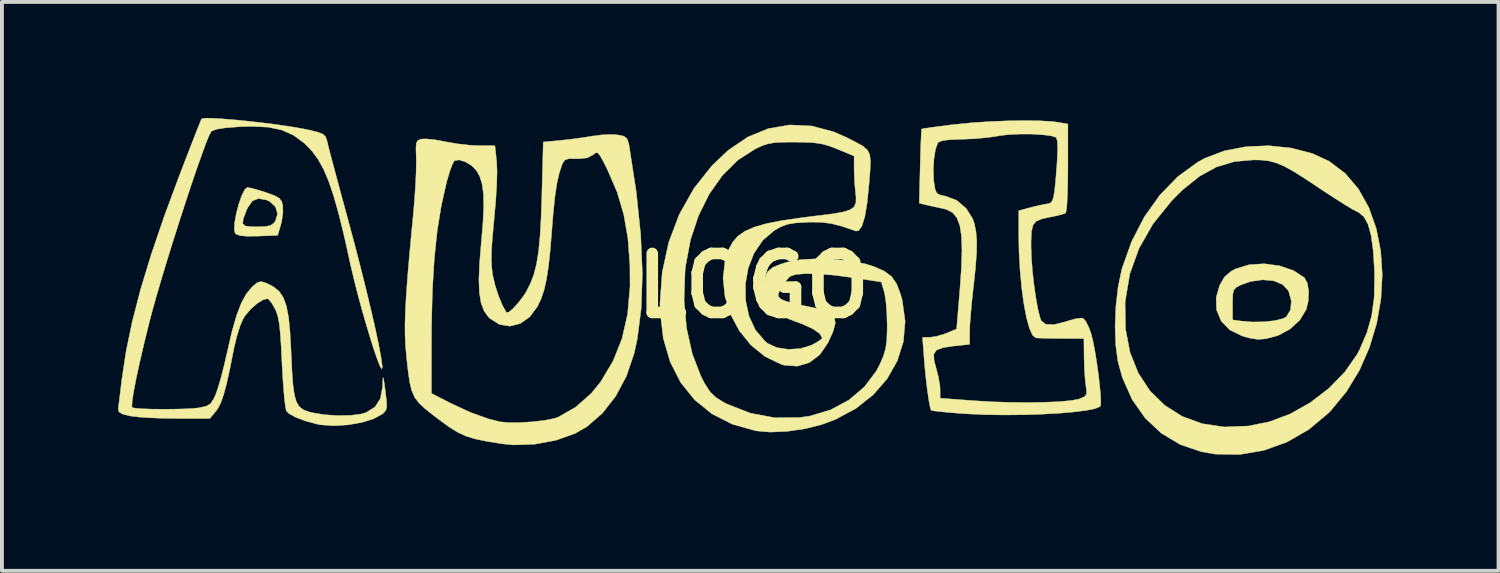
<source format=kicad_pcb>
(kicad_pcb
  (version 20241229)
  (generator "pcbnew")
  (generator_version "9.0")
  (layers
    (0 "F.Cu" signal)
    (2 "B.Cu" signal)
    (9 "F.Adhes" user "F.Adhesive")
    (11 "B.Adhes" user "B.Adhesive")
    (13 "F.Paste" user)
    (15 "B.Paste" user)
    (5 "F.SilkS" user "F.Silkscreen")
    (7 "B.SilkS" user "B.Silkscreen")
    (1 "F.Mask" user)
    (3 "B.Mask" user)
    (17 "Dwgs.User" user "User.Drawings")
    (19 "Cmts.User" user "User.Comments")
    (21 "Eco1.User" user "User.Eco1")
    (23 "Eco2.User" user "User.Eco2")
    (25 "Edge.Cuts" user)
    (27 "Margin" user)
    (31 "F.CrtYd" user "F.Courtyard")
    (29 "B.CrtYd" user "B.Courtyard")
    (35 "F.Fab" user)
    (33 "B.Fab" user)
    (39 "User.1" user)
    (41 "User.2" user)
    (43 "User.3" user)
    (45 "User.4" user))
  (footprint "LOGO"
    (layer "F.Cu")
    (at 16.417 4.334)
    (property "Reference" "LOGO" (at 0 0 0) (layer "F.SilkS") (effects (font (size 1.524 1.524) (thickness 0.3))))
    (attr through_hole)
    (fp_poly (pts (xy -12.969 -2.521) (xy -12.782 -2.47) (xy -12.587 -2.408) (xy -12.372 -2.329) (xy -12.249 -2.26) (xy -12.187 -2.178) (xy -12.16 -2.074) (xy -12.156 -1.887) (xy -12.189 -1.66) (xy -12.208 -1.587) (xy -12.292 -1.302) (xy -12.804 -1.283) (xy -13.087 -1.28) (xy -13.267 -1.297) (xy -13.369 -1.336) (xy -13.391 -1.356) (xy -13.415 -1.461) (xy -13.405 -1.604) (xy -13.195 -1.604) (xy -13.126 -1.544) (xy -12.957 -1.525) (xy -12.828 -1.524) (xy -12.607 -1.531) (xy -12.474 -1.559) (xy -12.39 -1.621) (xy -12.35 -1.675) (xy -12.295 -1.859) (xy -12.348 -2.038) (xy -12.497 -2.178) (xy -12.577 -2.215) (xy -12.788 -2.254) (xy -12.944 -2.192) (xy -13.066 -2.018) (xy -13.098 -1.949) (xy -13.181 -1.731) (xy -13.195 -1.604) (xy -13.405 -1.604) (xy -13.402 -1.643) (xy -13.36 -1.869) (xy -13.299 -2.105) (xy -13.226 -2.317) (xy -13.151 -2.473) (xy -13.083 -2.54) (xy -13.078 -2.54) (xy -12.969 -2.521)) (stroke (width 0.01) (type solid)) (fill yes) (layer "F.SilkS"))
    (fp_poly (pts (xy 13.595 -0.517) (xy 13.958 -0.392) (xy 14.239 -0.209) (xy 14.316 -0.067) (xy 14.35 0.15) (xy 14.338 0.398) (xy 14.284 0.615) (xy 14.123 0.884) (xy 13.872 1.116) (xy 13.57 1.28) (xy 13.5 1.303) (xy 13.241 1.37) (xy 13.036 1.386) (xy 12.821 1.352) (xy 12.635 1.299) (xy 12.314 1.144) (xy 12.09 0.914) (xy 11.969 0.627) (xy 11.964 0.479) (xy 12.383 0.479) (xy 12.383 0.881) (xy 12.589 0.91) (xy 12.903 0.936) (xy 13.214 0.931) (xy 13.49 0.899) (xy 13.696 0.844) (xy 13.775 0.798) (xy 13.88 0.624) (xy 13.901 0.394) (xy 13.835 0.15) (xy 13.825 0.127) (xy 13.677 -0.032) (xy 13.447 -0.127) (xy 13.161 -0.154) (xy 12.848 -0.11) (xy 12.589 -0.018) (xy 12.477 0.041) (xy 12.415 0.109) (xy 12.389 0.223) (xy 12.383 0.42) (xy 12.383 0.479) (xy 11.964 0.479) (xy 11.959 0.3) (xy 12.05 -0.013) (xy 12.175 -0.229) (xy 12.346 -0.375) (xy 12.458 -0.435) (xy 12.806 -0.543) (xy 13.198 -0.569) (xy 13.595 -0.517)) (stroke (width 0.01) (type solid)) (fill yes) (layer "F.SilkS"))
    (fp_poly (pts (xy 13.9 -3.559) (xy 14.443 -3.418) (xy 14.876 -3.219) (xy 15.294 -2.903) (xy 15.636 -2.5) (xy 15.903 -2.023) (xy 16.094 -1.486) (xy 16.21 -0.905) (xy 16.251 -0.292) (xy 16.217 0.337) (xy 16.108 0.968) (xy 15.923 1.587) (xy 15.663 2.181) (xy 15.328 2.733) (xy 14.919 3.231) (xy 14.861 3.289) (xy 14.355 3.713) (xy 13.792 4.037) (xy 13.189 4.255) (xy 12.565 4.361) (xy 11.936 4.351) (xy 11.582 4.291) (xy 11.028 4.103) (xy 10.539 3.809) (xy 10.123 3.418) (xy 9.786 2.937) (xy 9.536 2.376) (xy 9.42 1.955) (xy 9.364 1.539) (xy 9.347 1.05) (xy 9.368 0.53) (xy 9.377 0.453) (xy 9.606 0.453) (xy 9.617 1.118) (xy 9.733 1.721) (xy 9.946 2.255) (xy 10.247 2.714) (xy 10.629 3.089) (xy 11.082 3.375) (xy 11.599 3.564) (xy 12.171 3.649) (xy 12.789 3.624) (xy 13.335 3.513) (xy 13.873 3.312) (xy 14.394 3.017) (xy 14.873 2.649) (xy 15.284 2.227) (xy 15.6 1.774) (xy 15.668 1.647) (xy 15.855 1.208) (xy 15.977 0.775) (xy 16.041 0.311) (xy 16.053 -0.223) (xy 16.048 -0.413) (xy 16.016 -0.915) (xy 15.962 -1.303) (xy 15.883 -1.589) (xy 15.777 -1.783) (xy 15.638 -1.897) (xy 15.612 -1.909) (xy 15.488 -1.973) (xy 15.285 -2.095) (xy 15.027 -2.258) (xy 14.739 -2.446) (xy 14.634 -2.516) (xy 14.254 -2.769) (xy 13.954 -2.957) (xy 13.713 -3.09) (xy 13.509 -3.176) (xy 13.319 -3.226) (xy 13.123 -3.248) (xy 12.922 -3.252) (xy 12.427 -3.208) (xy 11.969 -3.07) (xy 11.53 -2.83) (xy 11.094 -2.48) (xy 10.811 -2.198) (xy 10.328 -1.6) (xy 9.967 -0.97) (xy 9.728 -0.307) (xy 9.611 0.39) (xy 9.606 0.453) (xy 9.377 0.453) (xy 9.426 0.026) (xy 9.518 -0.417) (xy 9.525 -0.445) (xy 9.775 -1.145) (xy 10.106 -1.785) (xy 10.509 -2.349) (xy 10.972 -2.824) (xy 11.485 -3.196) (xy 11.666 -3.295) (xy 12.171 -3.487) (xy 12.733 -3.595) (xy 13.32 -3.619) (xy 13.9 -3.559)) (stroke (width 0.01) (type solid)) (fill yes) (layer "F.SilkS"))
    (fp_poly (pts (xy -3.516 -3.9) (xy -3.346 -3.865) (xy -3.262 -3.801) (xy -3.22 -3.671) (xy -3.212 -3.629) (xy -3.025 -2.419) (xy -2.911 -1.314) (xy -2.868 -0.312) (xy -2.898 0.585) (xy -3 1.379) (xy -3.08 1.746) (xy -3.279 2.333) (xy -3.557 2.854) (xy -3.902 3.296) (xy -4.303 3.642) (xy -4.604 3.815) (xy -5.1 3.993) (xy -5.651 4.095) (xy -6.203 4.113) (xy -6.477 4.086) (xy -6.876 4.023) (xy -7.183 3.96) (xy -7.43 3.884) (xy -7.652 3.781) (xy -7.88 3.637) (xy -8.149 3.439) (xy -8.271 3.346) (xy -8.484 3.176) (xy -8.64 3.031) (xy -8.75 2.886) (xy -8.797 2.78) (xy -8.319 2.78) (xy -7.826 3.033) (xy -7.317 3.27) (xy -6.842 3.441) (xy -6.54 3.516) (xy -6.319 3.537) (xy -6.026 3.535) (xy -5.705 3.515) (xy -5.4 3.479) (xy -5.152 3.43) (xy -5.048 3.397) (xy -4.594 3.138) (xy -4.185 2.777) (xy -3.943 2.478) (xy -3.623 1.941) (xy -3.393 1.362) (xy -3.249 0.726) (xy -3.187 0.016) (xy -3.19 -0.535) (xy -3.243 -1.233) (xy -3.351 -1.85) (xy -3.521 -2.421) (xy -3.758 -2.971) (xy -3.88 -3.217) (xy -3.963 -3.365) (xy -4.022 -3.433) (xy -4.072 -3.437) (xy -4.131 -3.394) (xy -4.142 -3.384) (xy -4.292 -3.304) (xy -4.518 -3.282) (xy -4.572 -3.283) (xy -4.76 -3.284) (xy -4.864 -3.254) (xy -4.924 -3.174) (xy -4.945 -3.125) (xy -5.017 -2.906) (xy -5.078 -2.637) (xy -5.129 -2.296) (xy -5.173 -1.865) (xy -5.206 -1.453) (xy -5.249 -0.921) (xy -5.295 -0.496) (xy -5.347 -0.158) (xy -5.409 0.113) (xy -5.485 0.338) (xy -5.578 0.534) (xy -5.78 0.806) (xy -6.024 0.977) (xy -6.291 1.044) (xy -6.559 1.002) (xy -6.806 0.846) (xy -6.85 0.802) (xy -6.96 0.648) (xy -7.036 0.446) (xy -7.079 0.182) (xy -7.092 -0.161) (xy -7.074 -0.597) (xy -7.031 -1.119) (xy -6.987 -1.638) (xy -6.968 -2.05) (xy -6.975 -2.374) (xy -7.009 -2.627) (xy -7.072 -2.828) (xy -7.149 -2.969) (xy -7.275 -3.1) (xy -7.44 -3.201) (xy -7.603 -3.252) (xy -7.721 -3.233) (xy -7.725 -3.231) (xy -7.775 -3.143) (xy -7.841 -2.967) (xy -7.911 -2.736) (xy -7.926 -2.68) (xy -8.062 -2.08) (xy -8.168 -1.427) (xy -8.244 -0.706) (xy -8.293 0.101) (xy -8.316 1.009) (xy -8.318 1.438) (xy -8.319 2.78) (xy -8.797 2.78) (xy -8.827 2.714) (xy -8.881 2.49) (xy -8.924 2.189) (xy -8.965 1.815) (xy -8.987 1.562) (xy -9 1.297) (xy -9.002 1.006) (xy -8.993 0.673) (xy -8.972 0.283) (xy -8.939 -0.178) (xy -8.893 -0.726) (xy -8.833 -1.377) (xy -8.791 -1.81) (xy -8.757 -2.199) (xy -8.731 -2.586) (xy -8.715 -2.933) (xy -8.71 -3.206) (xy -8.711 -3.289) (xy -8.719 -3.528) (xy -8.712 -3.67) (xy -8.681 -3.744) (xy -8.62 -3.779) (xy -8.582 -3.79) (xy -8.449 -3.795) (xy -8.236 -3.773) (xy -7.987 -3.729) (xy -7.961 -3.723) (xy -7.657 -3.669) (xy -7.332 -3.632) (xy -7.083 -3.62) (xy -6.678 -3.619) (xy -6.634 -3.21) (xy -6.623 -2.958) (xy -6.632 -2.603) (xy -6.659 -2.169) (xy -6.698 -1.732) (xy -6.738 -1.3) (xy -6.763 -0.968) (xy -6.771 -0.71) (xy -6.763 -0.501) (xy -6.741 -0.313) (xy -6.731 -0.255) (xy -6.67 0.002) (xy -6.582 0.27) (xy -6.484 0.507) (xy -6.391 0.672) (xy -6.374 0.693) (xy -6.313 0.678) (xy -6.204 0.584) (xy -6.073 0.439) (xy -5.944 0.271) (xy -5.872 0.159) (xy -5.761 -0.058) (xy -5.672 -0.292) (xy -5.603 -0.563) (xy -5.55 -0.889) (xy -5.512 -1.289) (xy -5.484 -1.78) (xy -5.466 -2.318) (xy -5.429 -3.715) (xy -4.985 -3.756) (xy -4.684 -3.79) (xy -4.365 -3.834) (xy -4.159 -3.868) (xy -3.901 -3.9) (xy -3.646 -3.909) (xy -3.516 -3.9)) (stroke (width 0.01) (type solid)) (fill yes) (layer "F.SilkS"))
    (fp_poly (pts (xy 7.395 -4.263) (xy 7.716 -4.244) (xy 7.858 -4.226) (xy 8.128 -4.18) (xy 8.128 -3.046) (xy 8.125 -2.679) (xy 8.116 -2.358) (xy 8.103 -2.103) (xy 8.086 -1.935) (xy 8.069 -1.876) (xy 7.978 -1.845) (xy 7.806 -1.803) (xy 7.679 -1.777) (xy 7.456 -1.729) (xy 7.311 -1.668) (xy 7.227 -1.569) (xy 7.188 -1.406) (xy 7.176 -1.154) (xy 7.176 -1) (xy 7.186 -0.706) (xy 7.213 -0.366) (xy 7.253 -0.012) (xy 7.302 0.326) (xy 7.356 0.617) (xy 7.41 0.829) (xy 7.439 0.905) (xy 7.556 0.996) (xy 7.766 1.004) (xy 8.071 0.928) (xy 8.124 0.91) (xy 8.317 0.855) (xy 8.471 0.834) (xy 8.519 0.84) (xy 8.589 0.917) (xy 8.67 1.078) (xy 8.724 1.225) (xy 8.772 1.414) (xy 8.822 1.67) (xy 8.871 1.967) (xy 8.914 2.277) (xy 8.949 2.574) (xy 8.972 2.83) (xy 8.98 3.019) (xy 8.969 3.114) (xy 8.966 3.118) (xy 8.841 3.172) (xy 8.609 3.22) (xy 8.287 3.261) (xy 7.894 3.295) (xy 7.45 3.319) (xy 6.973 3.334) (xy 6.482 3.339) (xy 5.996 3.331) (xy 5.533 3.311) (xy 5.374 3.301) (xy 5.079 3.277) (xy 4.834 3.254) (xy 4.663 3.233) (xy 4.594 3.219) (xy 4.567 3.136) (xy 4.533 2.953) (xy 4.496 2.695) (xy 4.459 2.387) (xy 4.426 2.056) (xy 4.413 1.889) (xy 4.37 1.333) (xy 4.55 1.333) (xy 4.723 1.309) (xy 4.934 1.247) (xy 4.991 1.225) (xy 5.252 1.117) (xy 5.334 0.129) (xy 5.375 -0.45) (xy 5.39 -0.916) (xy 5.378 -1.281) (xy 5.335 -1.557) (xy 5.259 -1.756) (xy 5.149 -1.889) (xy 5.001 -1.968) (xy 4.921 -1.99) (xy 4.702 -2.037) (xy 4.498 -2.082) (xy 4.477 -2.088) (xy 4.286 -2.133) (xy 4.308 -3.001) (xy 4.65 -3.001) (xy 4.66 -2.73) (xy 4.667 -2.672) (xy 4.698 -2.485) (xy 4.745 -2.387) (xy 4.841 -2.34) (xy 4.973 -2.314) (xy 5.254 -2.207) (xy 5.497 -2.002) (xy 5.668 -1.73) (xy 5.708 -1.616) (xy 5.751 -1.41) (xy 5.772 -1.169) (xy 5.769 -0.871) (xy 5.743 -0.495) (xy 5.693 -0.02) (xy 5.683 0.064) (xy 5.646 0.403) (xy 5.616 0.731) (xy 5.595 1.008) (xy 5.589 1.186) (xy 5.588 1.514) (xy 5.177 1.558) (xy 4.9 1.599) (xy 4.733 1.663) (xy 4.662 1.77) (xy 4.671 1.939) (xy 4.72 2.12) (xy 4.782 2.357) (xy 4.82 2.585) (xy 4.826 2.681) (xy 4.826 2.905) (xy 5.699 2.97) (xy 6.159 2.998) (xy 6.631 3.013) (xy 7.094 3.018) (xy 7.525 3.011) (xy 7.902 2.994) (xy 8.202 2.967) (xy 8.403 2.931) (xy 8.431 2.921) (xy 8.567 2.86) (xy 8.614 2.783) (xy 8.601 2.639) (xy 8.596 2.613) (xy 8.574 2.435) (xy 8.556 2.182) (xy 8.547 1.905) (xy 8.546 1.873) (xy 8.541 1.365) (xy 7.969 1.362) (xy 7.702 1.359) (xy 7.476 1.355) (xy 7.326 1.349) (xy 7.295 1.346) (xy 7.212 1.275) (xy 7.132 1.094) (xy 7.057 0.82) (xy 6.99 0.469) (xy 6.934 0.059) (xy 6.892 -0.395) (xy 6.865 -0.874) (xy 6.858 -1.285) (xy 6.858 -1.94) (xy 7.16 -2.022) (xy 7.368 -2.073) (xy 7.545 -2.109) (xy 7.599 -2.116) (xy 7.664 -2.131) (xy 7.713 -2.177) (xy 7.751 -2.271) (xy 7.781 -2.432) (xy 7.808 -2.677) (xy 7.835 -3.024) (xy 7.847 -3.182) (xy 7.863 -3.52) (xy 7.856 -3.735) (xy 7.826 -3.832) (xy 7.822 -3.835) (xy 7.69 -3.875) (xy 7.466 -3.903) (xy 7.187 -3.919) (xy 6.886 -3.92) (xy 6.599 -3.907) (xy 6.361 -3.878) (xy 6.338 -3.873) (xy 6.076 -3.833) (xy 5.751 -3.802) (xy 5.426 -3.786) (xy 5.379 -3.785) (xy 5.082 -3.775) (xy 4.892 -3.752) (xy 4.789 -3.712) (xy 4.764 -3.686) (xy 4.706 -3.524) (xy 4.667 -3.28) (xy 4.65 -3.001) (xy 4.308 -3.001) (xy 4.31 -3.082) (xy 4.319 -3.415) (xy 4.328 -3.699) (xy 4.338 -3.913) (xy 4.346 -4.032) (xy 4.349 -4.05) (xy 4.414 -4.064) (xy 4.581 -4.089) (xy 4.827 -4.122) (xy 5.126 -4.16) (xy 5.183 -4.166) (xy 5.609 -4.209) (xy 6.072 -4.241) (xy 6.544 -4.261) (xy 6.995 -4.268) (xy 7.395 -4.263)) (stroke (width 0.01) (type solid)) (fill yes) (layer "F.SilkS"))
    (fp_poly (pts (xy 1.508 -4.129) (xy 2.077 -3.978) (xy 2.402 -3.835) (xy 2.658 -3.705) (xy 2.836 -3.605) (xy 2.949 -3.507) (xy 3.008 -3.386) (xy 3.026 -3.217) (xy 3.016 -2.974) (xy 2.989 -2.631) (xy 2.987 -2.611) (xy 2.94 -2.141) (xy 2.879 -1.783) (xy 2.805 -1.543) (xy 2.719 -1.423) (xy 2.647 -1.414) (xy 2.295 -1.535) (xy 2.01 -1.608) (xy 1.743 -1.642) (xy 1.446 -1.644) (xy 1.372 -1.641) (xy 1.088 -1.623) (xy 0.884 -1.589) (xy 0.716 -1.527) (xy 0.541 -1.429) (xy 0.242 -1.173) (xy 0.016 -0.84) (xy -0.133 -0.455) (xy -0.206 -0.04) (xy -0.2 0.381) (xy -0.114 0.782) (xy 0.053 1.142) (xy 0.303 1.436) (xy 0.369 1.489) (xy 0.603 1.598) (xy 0.9 1.643) (xy 1.214 1.624) (xy 1.495 1.538) (xy 1.513 1.53) (xy 1.669 1.442) (xy 1.765 1.373) (xy 1.778 1.353) (xy 1.717 1.239) (xy 1.541 1.115) (xy 1.262 0.987) (xy 1.074 0.919) (xy 0.719 0.781) (xy 0.477 0.633) (xy 0.332 0.458) (xy 0.269 0.24) (xy 0.269 0.009) (xy 0.301 -0.211) (xy 0.368 -0.363) (xy 0.497 -0.471) (xy 0.711 -0.56) (xy 0.883 -0.614) (xy 1.207 -0.673) (xy 1.61 -0.696) (xy 2.051 -0.685) (xy 2.489 -0.642) (xy 2.882 -0.568) (xy 3.105 -0.501) (xy 3.38 -0.38) (xy 3.57 -0.24) (xy 3.703 -0.049) (xy 3.805 0.223) (xy 3.848 0.381) (xy 3.922 0.918) (xy 3.877 1.442) (xy 3.72 1.94) (xy 3.458 2.402) (xy 3.098 2.817) (xy 2.649 3.172) (xy 2.118 3.456) (xy 1.769 3.586) (xy 1.333 3.696) (xy 0.873 3.762) (xy 0.435 3.782) (xy 0.064 3.749) (xy 0.064 3.749) (xy -0.543 3.578) (xy -1.072 3.309) (xy -1.518 2.948) (xy -1.879 2.499) (xy -2.15 1.967) (xy -2.328 1.357) (xy -2.408 0.674) (xy -2.413 0.455) (xy -2.408 0.381) (xy -1.79 0.381) (xy -1.726 1.096) (xy -1.578 1.759) (xy -1.351 2.349) (xy -1.258 2.526) (xy -1.12 2.739) (xy -0.965 2.889) (xy -0.747 3.023) (xy -0.691 3.052) (xy -0.081 3.291) (xy 0.551 3.41) (xy 1.192 3.405) (xy 1.463 3.365) (xy 1.995 3.207) (xy 2.469 2.952) (xy 2.87 2.612) (xy 3.18 2.2) (xy 3.276 2.015) (xy 3.365 1.805) (xy 3.419 1.619) (xy 3.447 1.413) (xy 3.457 1.142) (xy 3.458 1.016) (xy 3.449 0.718) (xy 3.428 0.437) (xy 3.396 0.219) (xy 3.382 0.158) (xy 3.305 -0.097) (xy 2.589 -0.207) (xy 2.111 -0.271) (xy 1.692 -0.306) (xy 1.347 -0.313) (xy 1.093 -0.292) (xy 0.945 -0.241) (xy 0.941 -0.238) (xy 0.844 -0.131) (xy 0.737 0.028) (xy 0.723 0.052) (xy 0.649 0.193) (xy 0.64 0.271) (xy 0.695 0.331) (xy 0.716 0.346) (xy 0.828 0.395) (xy 1.028 0.453) (xy 1.281 0.511) (xy 1.374 0.529) (xy 1.726 0.605) (xy 1.961 0.691) (xy 2.088 0.805) (xy 2.118 0.963) (xy 2.061 1.181) (xy 1.929 1.471) (xy 1.716 1.782) (xy 1.447 1.986) (xy 1.136 2.078) (xy 0.796 2.052) (xy 0.721 2.03) (xy 0.302 1.83) (xy -0.063 1.534) (xy -0.363 1.163) (xy -0.59 0.737) (xy -0.733 0.279) (xy -0.783 -0.192) (xy -0.731 -0.652) (xy -0.635 -0.94) (xy -0.535 -1.127) (xy -0.401 -1.282) (xy -0.219 -1.41) (xy 0.024 -1.516) (xy 0.342 -1.607) (xy 0.75 -1.687) (xy 1.262 -1.761) (xy 1.651 -1.809) (xy 2.037 -1.857) (xy 2.314 -1.905) (xy 2.497 -1.962) (xy 2.603 -2.038) (xy 2.65 -2.145) (xy 2.653 -2.29) (xy 2.64 -2.406) (xy 2.618 -2.645) (xy 2.605 -2.919) (xy 2.603 -3.018) (xy 2.603 -3.352) (xy 2.175 -3.53) (xy 1.956 -3.614) (xy 1.762 -3.667) (xy 1.55 -3.697) (xy 1.279 -3.709) (xy 1.079 -3.711) (xy 0.768 -3.71) (xy 0.545 -3.697) (xy 0.373 -3.667) (xy 0.215 -3.613) (xy 0.046 -3.534) (xy -0.399 -3.248) (xy -0.797 -2.855) (xy -1.139 -2.371) (xy -1.418 -1.81) (xy -1.624 -1.187) (xy -1.75 -0.516) (xy -1.766 -0.364) (xy -1.79 0.381) (xy -2.408 0.381) (xy -2.355 -0.351) (xy -2.187 -1.124) (xy -1.912 -1.848) (xy -1.537 -2.513) (xy -1.068 -3.106) (xy -0.645 -3.505) (xy -0.146 -3.843) (xy 0.386 -4.061) (xy 0.941 -4.156) (xy 1.508 -4.129)) (stroke (width 0.01) (type solid)) (fill yes) (layer "F.SilkS"))
    (fp_poly (pts (xy -13.744 -4.315) (xy -13.422 -4.289) (xy -13.06 -4.253) (xy -12.681 -4.211) (xy -12.306 -4.163) (xy -11.956 -4.112) (xy -11.654 -4.06) (xy -11.482 -4.025) (xy -11.255 -3.969) (xy -11.123 -3.919) (xy -11.055 -3.853) (xy -11.019 -3.753) (xy -11.013 -3.726) (xy -10.986 -3.615) (xy -10.93 -3.398) (xy -10.849 -3.094) (xy -10.748 -2.718) (xy -10.633 -2.289) (xy -10.506 -1.823) (xy -10.468 -1.683) (xy -10.301 -1.06) (xy -10.144 -0.452) (xy -10 0.125) (xy -9.872 0.659) (xy -9.764 1.133) (xy -9.679 1.535) (xy -9.621 1.849) (xy -9.592 2.061) (xy -9.589 2.114) (xy -9.605 2.149) (xy -9.648 2.077) (xy -9.713 1.913) (xy -9.796 1.675) (xy -9.891 1.378) (xy -9.994 1.037) (xy -10.1 0.669) (xy -10.204 0.29) (xy -10.301 -0.085) (xy -10.385 -0.439) (xy -10.421 -0.598) (xy -10.572 -1.278) (xy -10.711 -1.846) (xy -10.844 -2.316) (xy -10.974 -2.701) (xy -11.108 -3.015) (xy -11.25 -3.271) (xy -11.407 -3.482) (xy -11.583 -3.664) (xy -11.613 -3.691) (xy -11.884 -3.89) (xy -12.184 -4.024) (xy -12.537 -4.098) (xy -12.969 -4.119) (xy -13.26 -4.111) (xy -13.623 -4.083) (xy -13.871 -4.045) (xy -13.999 -3.996) (xy -14.005 -3.991) (xy -14.056 -3.899) (xy -14.138 -3.701) (xy -14.245 -3.412) (xy -14.374 -3.048) (xy -14.518 -2.626) (xy -14.672 -2.16) (xy -14.832 -1.666) (xy -14.993 -1.16) (xy -15.149 -0.658) (xy -15.295 -0.175) (xy -15.427 0.273) (xy -15.538 0.671) (xy -15.612 0.953) (xy -15.745 1.495) (xy -15.858 1.981) (xy -15.949 2.399) (xy -16.014 2.736) (xy -16.051 2.981) (xy -16.059 3.12) (xy -16.051 3.147) (xy -15.972 3.165) (xy -15.795 3.178) (xy -15.55 3.187) (xy -15.266 3.19) (xy -14.971 3.188) (xy -14.695 3.181) (xy -14.466 3.169) (xy -14.329 3.154) (xy -14.138 3.112) (xy -14.025 3.045) (xy -13.941 2.915) (xy -13.897 2.82) (xy -13.837 2.65) (xy -13.761 2.39) (xy -13.679 2.073) (xy -13.6 1.732) (xy -13.59 1.688) (xy -13.47 1.17) (xy -13.352 0.761) (xy -13.232 0.447) (xy -13.102 0.21) (xy -12.957 0.034) (xy -12.952 0.03) (xy -12.823 -0.08) (xy -12.723 -0.109) (xy -12.597 -0.073) (xy -12.582 -0.067) (xy -12.398 0.026) (xy -12.254 0.144) (xy -12.145 0.305) (xy -12.066 0.525) (xy -12.01 0.82) (xy -11.972 1.208) (xy -11.945 1.705) (xy -11.943 1.746) (xy -11.922 2.209) (xy -11.896 2.561) (xy -11.86 2.82) (xy -11.807 3.003) (xy -11.732 3.125) (xy -11.628 3.204) (xy -11.49 3.256) (xy -11.398 3.28) (xy -11.081 3.332) (xy -10.737 3.355) (xy -10.407 3.349) (xy -10.133 3.314) (xy -10.008 3.277) (xy -9.776 3.131) (xy -9.638 2.917) (xy -9.582 2.617) (xy -9.58 2.573) (xy -9.575 2.422) (xy -9.567 2.369) (xy -9.552 2.421) (xy -9.528 2.587) (xy -9.509 2.727) (xy -9.48 2.971) (xy -9.473 3.122) (xy -9.495 3.214) (xy -9.548 3.281) (xy -9.587 3.314) (xy -9.811 3.437) (xy -10.121 3.533) (xy -10.478 3.595) (xy -10.845 3.617) (xy -11.183 3.593) (xy -11.271 3.576) (xy -11.574 3.494) (xy -11.827 3.398) (xy -12.004 3.3) (xy -12.067 3.235) (xy -12.09 3.135) (xy -12.116 2.931) (xy -12.141 2.646) (xy -12.165 2.303) (xy -12.181 1.985) (xy -12.203 1.552) (xy -12.225 1.225) (xy -12.251 0.983) (xy -12.284 0.806) (xy -12.325 0.673) (xy -12.355 0.605) (xy -12.445 0.448) (xy -12.524 0.349) (xy -12.546 0.335) (xy -12.661 0.357) (xy -12.819 0.455) (xy -12.987 0.602) (xy -13.133 0.773) (xy -13.187 0.86) (xy -13.265 1.043) (xy -13.346 1.302) (xy -13.416 1.588) (xy -13.429 1.651) (xy -13.525 2.138) (xy -13.608 2.516) (xy -13.684 2.801) (xy -13.756 3.01) (xy -13.829 3.159) (xy -13.888 3.243) (xy -14.045 3.429) (xy -14.925 3.429) (xy -15.278 3.424) (xy -15.614 3.411) (xy -15.898 3.391) (xy -16.096 3.366) (xy -16.116 3.362) (xy -16.303 3.314) (xy -16.391 3.262) (xy -16.412 3.186) (xy -16.409 3.156) (xy -16.393 3.033) (xy -16.367 2.821) (xy -16.335 2.555) (xy -16.318 2.413) (xy -16.208 1.687) (xy -16.047 0.916) (xy -15.832 0.085) (xy -15.557 -0.816) (xy -15.221 -1.8) (xy -14.827 -2.862) (xy -14.674 -3.26) (xy -14.535 -3.617) (xy -14.418 -3.918) (xy -14.328 -4.145) (xy -14.273 -4.281) (xy -14.259 -4.312) (xy -14.185 -4.329) (xy -14.006 -4.329) (xy -13.744 -4.315)) (stroke (width 0.01) (type solid)) (fill yes) (layer "F.SilkS")))
  (gr_rect
    (start -3 -3)
    (end 35.673 11.7)
    (stroke (width 0.1) (type default))
    (fill no)
    (layer "Edge.Cuts")))
</source>
